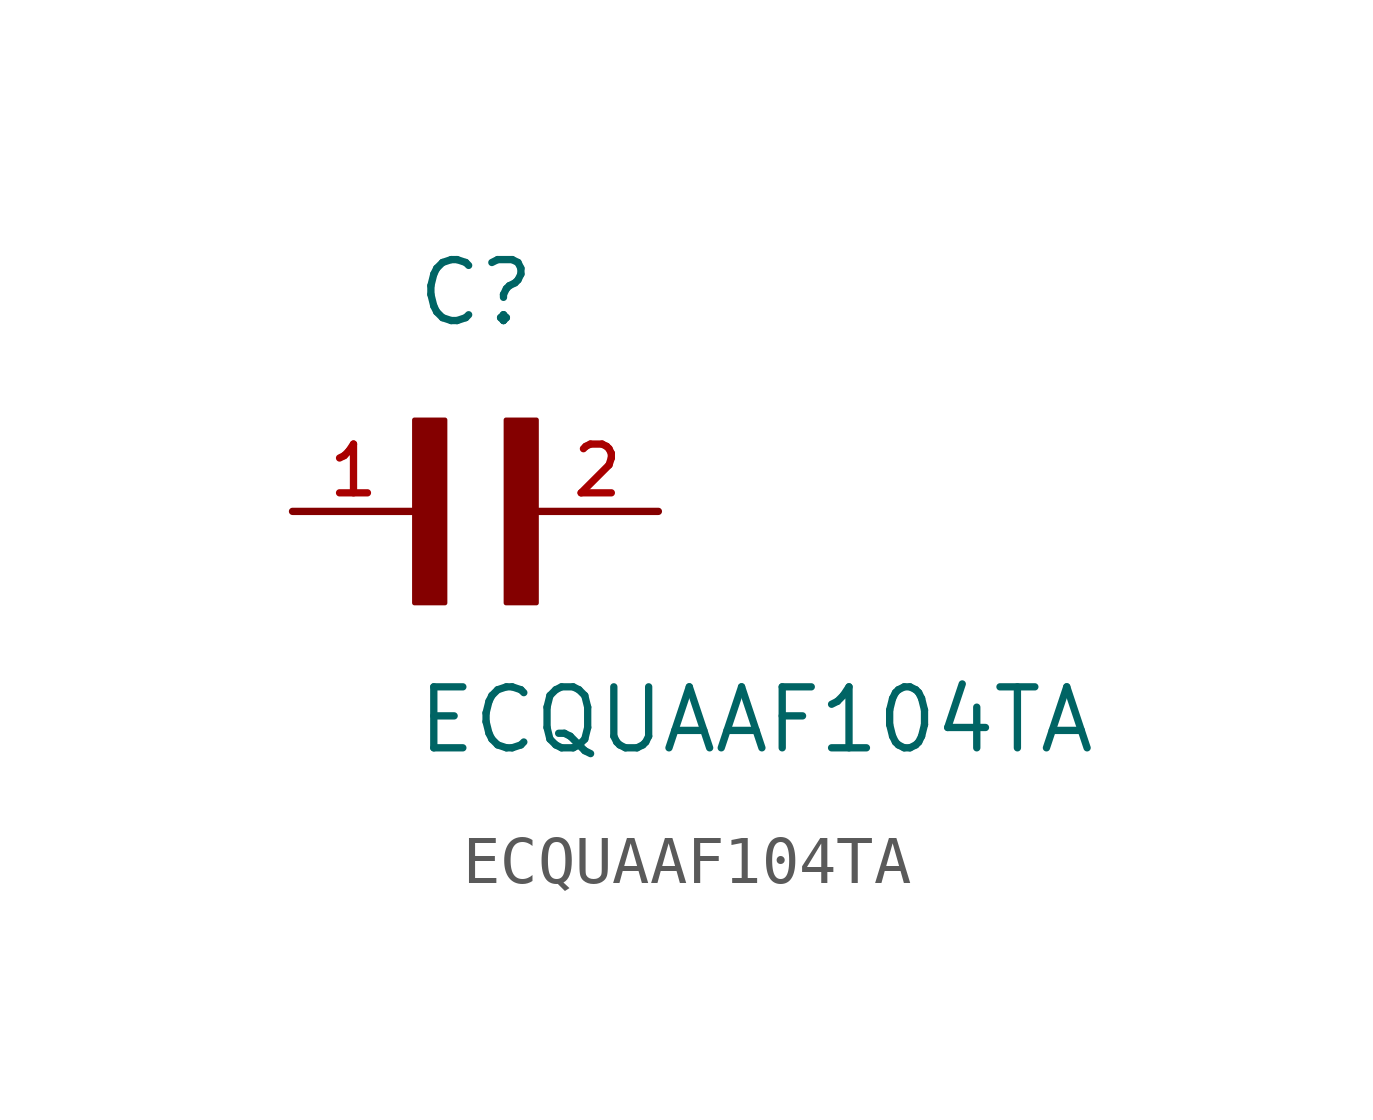
<source format=kicad_sym>
(kicad_symbol_lib
  (version 20211014)
  (generator kicad_symbol_editor)
  (symbol "ECQUAAF104TA"
    (pin_names
      (offset 1.016))
    (property "Reference" "C"
      (at 0.0 3.811 0)
      (effects (font (size 1.27 1.27)) (justify bottom left)))
    (property "Value" "ECQUAAF104TA"
      (at 0.0 -5.088 0)
      (effects (font (size 1.27 1.27)) (justify bottom left)))
    (symbol "ECQUAAF104TA_0_0"
      (rectangle (start 0.0 -1.907) (end 0.635 1.905) (stroke (width 0.1)) (fill (type outline)))
      (rectangle (start 1.907 -1.907) (end 2.54 1.905) (stroke (width 0.1)) (fill (type outline)))
      (pin passive line (at -2.54 0.0 0) (length 2.54) (name "~" (effects (font (size 1.016 1.016)))) (number "1" (effects (font (size 1.016 1.016)))))
      (pin passive line (at 5.08 0.0 180.0) (length 2.54) (name "~" (effects (font (size 1.016 1.016)))) (number "2" (effects (font (size 1.016 1.016))))))))
</source>
